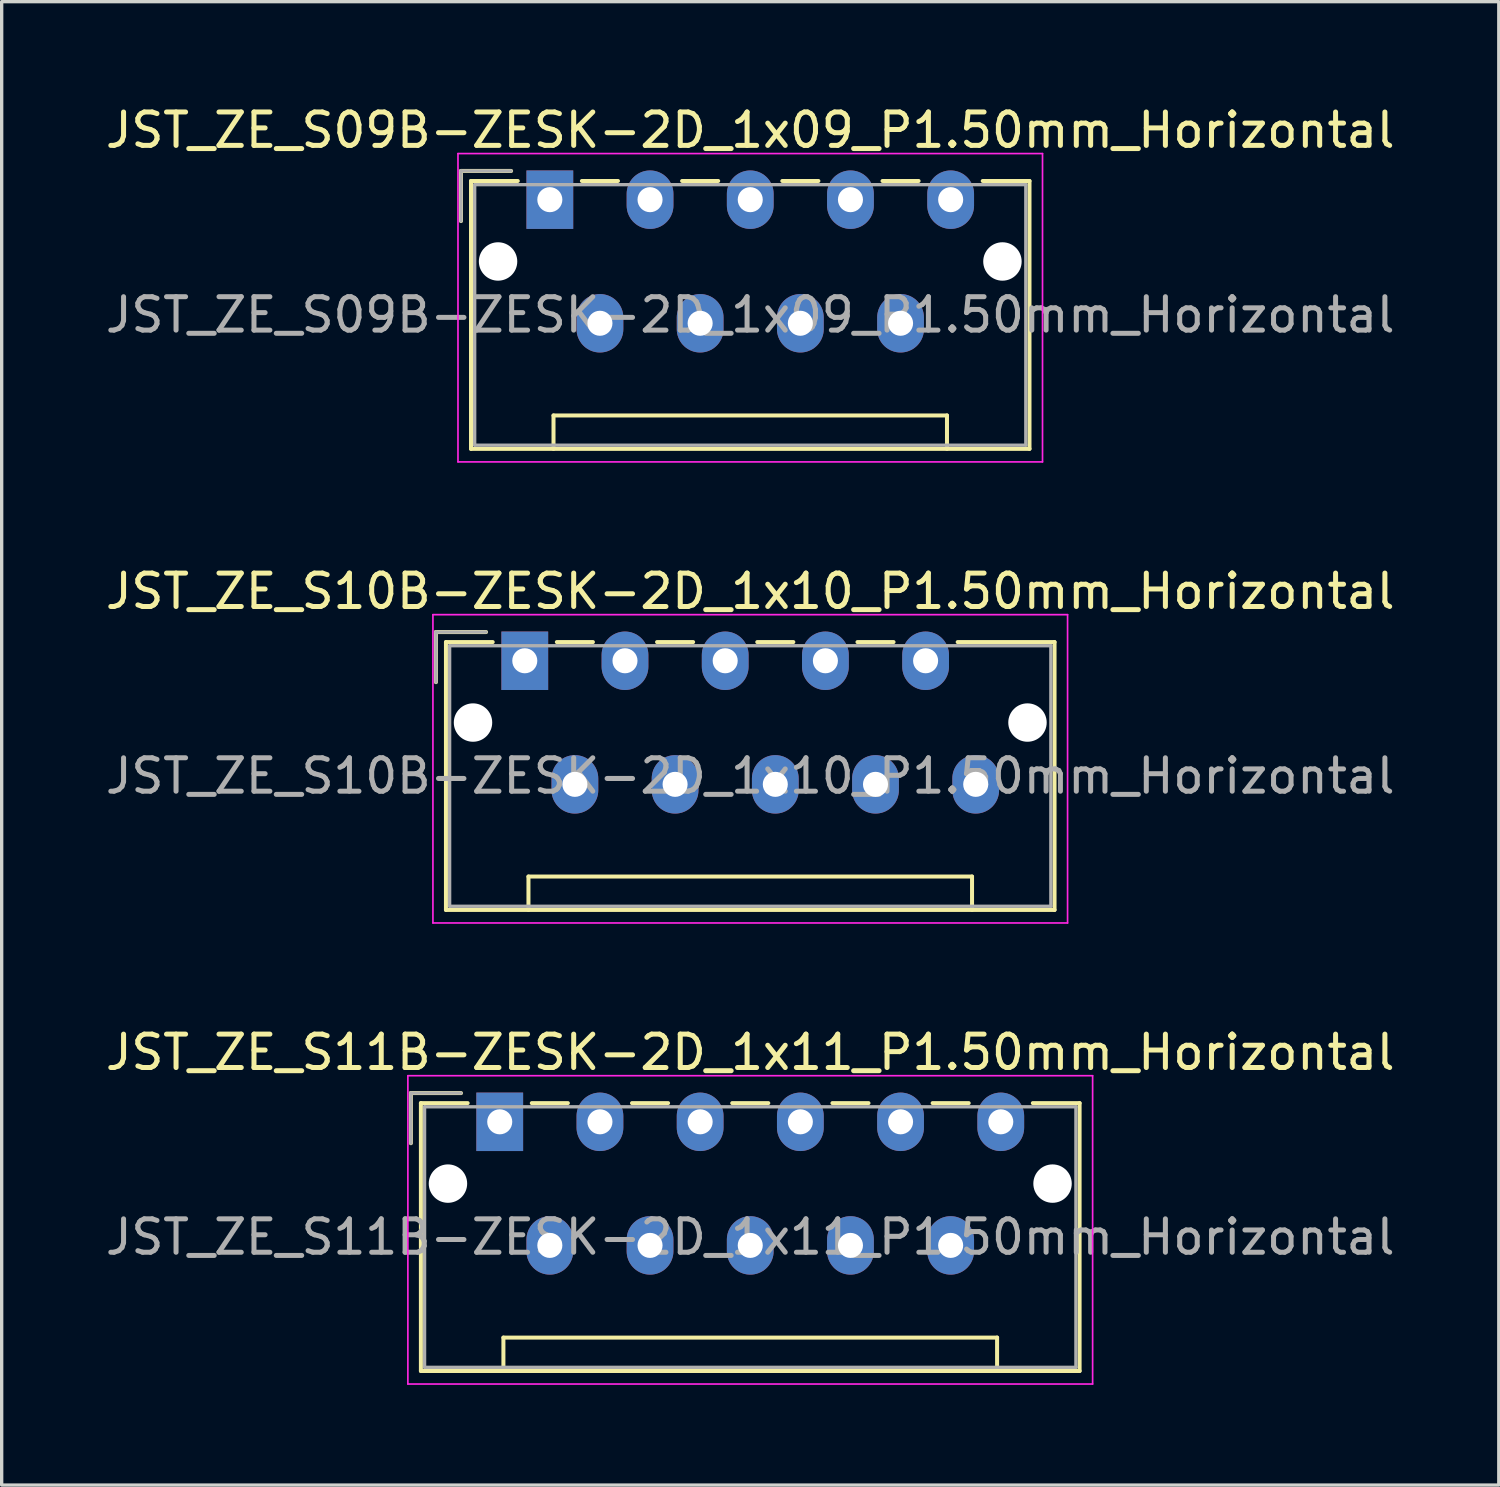
<source format=kicad_pcb>
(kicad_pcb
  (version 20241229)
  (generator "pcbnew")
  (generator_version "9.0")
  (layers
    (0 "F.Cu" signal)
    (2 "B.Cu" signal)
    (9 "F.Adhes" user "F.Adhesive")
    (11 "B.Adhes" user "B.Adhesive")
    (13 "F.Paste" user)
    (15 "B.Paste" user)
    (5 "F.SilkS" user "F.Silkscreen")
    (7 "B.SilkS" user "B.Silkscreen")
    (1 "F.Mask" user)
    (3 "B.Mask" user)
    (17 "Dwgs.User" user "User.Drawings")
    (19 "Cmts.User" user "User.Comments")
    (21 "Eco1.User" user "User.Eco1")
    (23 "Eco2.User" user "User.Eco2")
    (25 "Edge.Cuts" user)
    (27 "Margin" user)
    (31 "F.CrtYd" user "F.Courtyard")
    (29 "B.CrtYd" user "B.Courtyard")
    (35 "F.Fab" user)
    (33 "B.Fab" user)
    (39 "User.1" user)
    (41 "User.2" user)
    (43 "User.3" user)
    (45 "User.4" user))
  (footprint "JST_ZE_S11B-ZESK-2D_1x11_P1.50mm_Horizontal"
    (layer "F.Cu")
    (at 11.911 30.535)
    (property "Reference" "JST_ZE_S11B-ZESK-2D_1x11_P1.50mm_Horizontal" (at 7.5 -2.08 0) (layer "F.SilkS") (effects (font (size 1 1) (thickness 0.15))))
    (attr through_hole)
    (fp_line (start -2.66 -0.86) (end -1.16 -0.86) (stroke (width 0.12) (type solid)) (layer "F.SilkS"))
    (fp_line (start -2.66 0.64) (end -2.66 -0.86) (stroke (width 0.12) (type solid)) (layer "F.SilkS"))
    (fp_line (start -2.36 -0.56) (end -2.36 7.46) (stroke (width 0.12) (type solid)) (layer "F.SilkS"))
    (fp_line (start -2.36 7.46) (end 17.36 7.46) (stroke (width 0.12) (type solid)) (layer "F.SilkS"))
    (fp_line (start -0.96 -0.56) (end -2.36 -0.56) (stroke (width 0.12) (type solid)) (layer "F.SilkS"))
    (fp_line (start 0.11 6.46) (end 14.89 6.46) (stroke (width 0.12) (type solid)) (layer "F.SilkS"))
    (fp_line (start 0.11 7.46) (end 0.11 6.46) (stroke (width 0.12) (type solid)) (layer "F.SilkS"))
    (fp_line (start 0.96 -0.56) (end 2.04 -0.56) (stroke (width 0.12) (type solid)) (layer "F.SilkS"))
    (fp_line (start 3.96 -0.56) (end 5.04 -0.56) (stroke (width 0.12) (type solid)) (layer "F.SilkS"))
    (fp_line (start 6.96 -0.56) (end 8.04 -0.56) (stroke (width 0.12) (type solid)) (layer "F.SilkS"))
    (fp_line (start 9.96 -0.56) (end 11.04 -0.56) (stroke (width 0.12) (type solid)) (layer "F.SilkS"))
    (fp_line (start 12.96 -0.56) (end 14.04 -0.56) (stroke (width 0.12) (type solid)) (layer "F.SilkS"))
    (fp_line (start 14.89 6.46) (end 14.89 7.46) (stroke (width 0.12) (type solid)) (layer "F.SilkS"))
    (fp_line (start 17.36 -0.56) (end 15.96 -0.56) (stroke (width 0.12) (type solid)) (layer "F.SilkS"))
    (fp_line (start 17.36 7.46) (end 17.36 -0.56) (stroke (width 0.12) (type solid)) (layer "F.SilkS"))
    (fp_line (start -2.75 -1.38) (end -2.75 7.85) (stroke (width 0.05) (type solid)) (layer "F.CrtYd"))
    (fp_line (start -2.75 7.85) (end 17.75 7.85) (stroke (width 0.05) (type solid)) (layer "F.CrtYd"))
    (fp_line (start 17.75 -1.38) (end -2.75 -1.38) (stroke (width 0.05) (type solid)) (layer "F.CrtYd"))
    (fp_line (start 17.75 7.85) (end 17.75 -1.38) (stroke (width 0.05) (type solid)) (layer "F.CrtYd"))
    (fp_line (start -2.66 -0.86) (end -1.16 -0.86) (stroke (width 0.1) (type solid)) (layer "F.Fab"))
    (fp_line (start -2.66 0.64) (end -2.66 -0.86) (stroke (width 0.1) (type solid)) (layer "F.Fab"))
    (fp_line (start -2.25 -0.45) (end -2.25 7.35) (stroke (width 0.1) (type solid)) (layer "F.Fab"))
    (fp_line (start -2.25 7.35) (end 17.25 7.35) (stroke (width 0.1) (type solid)) (layer "F.Fab"))
    (fp_line (start 17.25 -0.45) (end -2.25 -0.45) (stroke (width 0.1) (type solid)) (layer "F.Fab"))
    (fp_line (start 17.25 7.35) (end 17.25 -0.45) (stroke (width 0.1) (type solid)) (layer "F.Fab"))
    (fp_text user "${REFERENCE}" (at 7.5 3.45 0) (layer "F.Fab") (effects (font (size 1 1) (thickness 0.15))))
    (pad "" np_thru_hole circle (at -1.55 1.85) (size 1.15 1.15) (drill 1.15) (layers "*.Cu" "*.Mask"))
    (pad "" np_thru_hole circle (at 16.55 1.85) (size 1.15 1.15) (drill 1.15) (layers "*.Cu" "*.Mask"))
    (pad "1" thru_hole rect (at 0 0) (size 1.4 1.75) (drill 0.75) (layers "*.Cu" "*.Mask"))
    (pad "2" thru_hole oval (at 1.5 3.7) (size 1.4 1.75) (drill 0.75) (layers "*.Cu" "*.Mask"))
    (pad "3" thru_hole oval (at 3 0) (size 1.4 1.75) (drill 0.75) (layers "*.Cu" "*.Mask"))
    (pad "4" thru_hole oval (at 4.5 3.7) (size 1.4 1.75) (drill 0.75) (layers "*.Cu" "*.Mask"))
    (pad "5" thru_hole oval (at 6 0) (size 1.4 1.75) (drill 0.75) (layers "*.Cu" "*.Mask"))
    (pad "6" thru_hole oval (at 7.5 3.7) (size 1.4 1.75) (drill 0.75) (layers "*.Cu" "*.Mask"))
    (pad "7" thru_hole oval (at 9 0) (size 1.4 1.75) (drill 0.75) (layers "*.Cu" "*.Mask"))
    (pad "8" thru_hole oval (at 10.5 3.7) (size 1.4 1.75) (drill 0.75) (layers "*.Cu" "*.Mask"))
    (pad "9" thru_hole oval (at 12 0) (size 1.4 1.75) (drill 0.75) (layers "*.Cu" "*.Mask"))
    (pad "10" thru_hole oval (at 13.5 3.7) (size 1.4 1.75) (drill 0.75) (layers "*.Cu" "*.Mask"))
    (pad "11" thru_hole oval (at 15 0) (size 1.4 1.75) (drill 0.75) (layers "*.Cu" "*.Mask")))
  (footprint "JST_ZE_S09B-ZESK-2D_1x09_P1.50mm_Horizontal"
    (layer "F.Cu")
    (at 13.411 2.928)
    (property "Reference" "JST_ZE_S09B-ZESK-2D_1x09_P1.50mm_Horizontal" (at 6 -2.08 0) (layer "F.SilkS") (effects (font (size 1 1) (thickness 0.15))))
    (attr through_hole)
    (fp_line (start -2.66 -0.86) (end -1.16 -0.86) (stroke (width 0.12) (type solid)) (layer "F.SilkS"))
    (fp_line (start -2.66 0.64) (end -2.66 -0.86) (stroke (width 0.12) (type solid)) (layer "F.SilkS"))
    (fp_line (start -2.36 -0.56) (end -2.36 7.46) (stroke (width 0.12) (type solid)) (layer "F.SilkS"))
    (fp_line (start -2.36 7.46) (end 14.36 7.46) (stroke (width 0.12) (type solid)) (layer "F.SilkS"))
    (fp_line (start -0.96 -0.56) (end -2.36 -0.56) (stroke (width 0.12) (type solid)) (layer "F.SilkS"))
    (fp_line (start 0.11 6.46) (end 11.89 6.46) (stroke (width 0.12) (type solid)) (layer "F.SilkS"))
    (fp_line (start 0.11 7.46) (end 0.11 6.46) (stroke (width 0.12) (type solid)) (layer "F.SilkS"))
    (fp_line (start 0.96 -0.56) (end 2.04 -0.56) (stroke (width 0.12) (type solid)) (layer "F.SilkS"))
    (fp_line (start 3.96 -0.56) (end 5.04 -0.56) (stroke (width 0.12) (type solid)) (layer "F.SilkS"))
    (fp_line (start 6.96 -0.56) (end 8.04 -0.56) (stroke (width 0.12) (type solid)) (layer "F.SilkS"))
    (fp_line (start 9.96 -0.56) (end 11.04 -0.56) (stroke (width 0.12) (type solid)) (layer "F.SilkS"))
    (fp_line (start 11.89 6.46) (end 11.89 7.46) (stroke (width 0.12) (type solid)) (layer "F.SilkS"))
    (fp_line (start 14.36 -0.56) (end 12.96 -0.56) (stroke (width 0.12) (type solid)) (layer "F.SilkS"))
    (fp_line (start 14.36 7.46) (end 14.36 -0.56) (stroke (width 0.12) (type solid)) (layer "F.SilkS"))
    (fp_line (start -2.75 -1.38) (end -2.75 7.85) (stroke (width 0.05) (type solid)) (layer "F.CrtYd"))
    (fp_line (start -2.75 7.85) (end 14.75 7.85) (stroke (width 0.05) (type solid)) (layer "F.CrtYd"))
    (fp_line (start 14.75 -1.38) (end -2.75 -1.38) (stroke (width 0.05) (type solid)) (layer "F.CrtYd"))
    (fp_line (start 14.75 7.85) (end 14.75 -1.38) (stroke (width 0.05) (type solid)) (layer "F.CrtYd"))
    (fp_line (start -2.66 -0.86) (end -1.16 -0.86) (stroke (width 0.1) (type solid)) (layer "F.Fab"))
    (fp_line (start -2.66 0.64) (end -2.66 -0.86) (stroke (width 0.1) (type solid)) (layer "F.Fab"))
    (fp_line (start -2.25 -0.45) (end -2.25 7.35) (stroke (width 0.1) (type solid)) (layer "F.Fab"))
    (fp_line (start -2.25 7.35) (end 14.25 7.35) (stroke (width 0.1) (type solid)) (layer "F.Fab"))
    (fp_line (start 14.25 -0.45) (end -2.25 -0.45) (stroke (width 0.1) (type solid)) (layer "F.Fab"))
    (fp_line (start 14.25 7.35) (end 14.25 -0.45) (stroke (width 0.1) (type solid)) (layer "F.Fab"))
    (fp_text user "${REFERENCE}" (at 6 3.45 0) (layer "F.Fab") (effects (font (size 1 1) (thickness 0.15))))
    (pad "" np_thru_hole circle (at -1.55 1.85) (size 1.15 1.15) (drill 1.15) (layers "*.Cu" "*.Mask"))
    (pad "" np_thru_hole circle (at 13.55 1.85) (size 1.15 1.15) (drill 1.15) (layers "*.Cu" "*.Mask"))
    (pad "1" thru_hole rect (at 0 0) (size 1.4 1.75) (drill 0.75) (layers "*.Cu" "*.Mask"))
    (pad "2" thru_hole oval (at 1.5 3.7) (size 1.4 1.75) (drill 0.75) (layers "*.Cu" "*.Mask"))
    (pad "3" thru_hole oval (at 3 0) (size 1.4 1.75) (drill 0.75) (layers "*.Cu" "*.Mask"))
    (pad "4" thru_hole oval (at 4.5 3.7) (size 1.4 1.75) (drill 0.75) (layers "*.Cu" "*.Mask"))
    (pad "5" thru_hole oval (at 6 0) (size 1.4 1.75) (drill 0.75) (layers "*.Cu" "*.Mask"))
    (pad "6" thru_hole oval (at 7.5 3.7) (size 1.4 1.75) (drill 0.75) (layers "*.Cu" "*.Mask"))
    (pad "7" thru_hole oval (at 9 0) (size 1.4 1.75) (drill 0.75) (layers "*.Cu" "*.Mask"))
    (pad "8" thru_hole oval (at 10.5 3.7) (size 1.4 1.75) (drill 0.75) (layers "*.Cu" "*.Mask"))
    (pad "9" thru_hole oval (at 12 0) (size 1.4 1.75) (drill 0.75) (layers "*.Cu" "*.Mask")))
  (footprint "JST_ZE_S10B-ZESK-2D_1x10_P1.50mm_Horizontal"
    (layer "F.Cu")
    (at 12.661 16.732)
    (property "Reference" "JST_ZE_S10B-ZESK-2D_1x10_P1.50mm_Horizontal" (at 6.75 -2.08 0) (layer "F.SilkS") (effects (font (size 1 1) (thickness 0.15))))
    (attr through_hole)
    (fp_line (start -2.66 -0.86) (end -1.16 -0.86) (stroke (width 0.12) (type solid)) (layer "F.SilkS"))
    (fp_line (start -2.66 0.64) (end -2.66 -0.86) (stroke (width 0.12) (type solid)) (layer "F.SilkS"))
    (fp_line (start -2.36 -0.56) (end -2.36 7.46) (stroke (width 0.12) (type solid)) (layer "F.SilkS"))
    (fp_line (start -2.36 7.46) (end 15.86 7.46) (stroke (width 0.12) (type solid)) (layer "F.SilkS"))
    (fp_line (start -0.96 -0.56) (end -2.36 -0.56) (stroke (width 0.12) (type solid)) (layer "F.SilkS"))
    (fp_line (start 0.11 6.46) (end 13.39 6.46) (stroke (width 0.12) (type solid)) (layer "F.SilkS"))
    (fp_line (start 0.11 7.46) (end 0.11 6.46) (stroke (width 0.12) (type solid)) (layer "F.SilkS"))
    (fp_line (start 0.96 -0.56) (end 2.04 -0.56) (stroke (width 0.12) (type solid)) (layer "F.SilkS"))
    (fp_line (start 3.96 -0.56) (end 5.04 -0.56) (stroke (width 0.12) (type solid)) (layer "F.SilkS"))
    (fp_line (start 6.96 -0.56) (end 8.04 -0.56) (stroke (width 0.12) (type solid)) (layer "F.SilkS"))
    (fp_line (start 9.96 -0.56) (end 11.04 -0.56) (stroke (width 0.12) (type solid)) (layer "F.SilkS"))
    (fp_line (start 13.39 6.46) (end 13.39 7.46) (stroke (width 0.12) (type solid)) (layer "F.SilkS"))
    (fp_line (start 15.86 -0.56) (end 12.96 -0.56) (stroke (width 0.12) (type solid)) (layer "F.SilkS"))
    (fp_line (start 15.86 7.46) (end 15.86 -0.56) (stroke (width 0.12) (type solid)) (layer "F.SilkS"))
    (fp_line (start -2.75 -1.38) (end -2.75 7.85) (stroke (width 0.05) (type solid)) (layer "F.CrtYd"))
    (fp_line (start -2.75 7.85) (end 16.25 7.85) (stroke (width 0.05) (type solid)) (layer "F.CrtYd"))
    (fp_line (start 16.25 -1.38) (end -2.75 -1.38) (stroke (width 0.05) (type solid)) (layer "F.CrtYd"))
    (fp_line (start 16.25 7.85) (end 16.25 -1.38) (stroke (width 0.05) (type solid)) (layer "F.CrtYd"))
    (fp_line (start -2.66 -0.86) (end -1.16 -0.86) (stroke (width 0.1) (type solid)) (layer "F.Fab"))
    (fp_line (start -2.66 0.64) (end -2.66 -0.86) (stroke (width 0.1) (type solid)) (layer "F.Fab"))
    (fp_line (start -2.25 -0.45) (end -2.25 7.35) (stroke (width 0.1) (type solid)) (layer "F.Fab"))
    (fp_line (start -2.25 7.35) (end 15.75 7.35) (stroke (width 0.1) (type solid)) (layer "F.Fab"))
    (fp_line (start 15.75 -0.45) (end -2.25 -0.45) (stroke (width 0.1) (type solid)) (layer "F.Fab"))
    (fp_line (start 15.75 7.35) (end 15.75 -0.45) (stroke (width 0.1) (type solid)) (layer "F.Fab"))
    (fp_text user "${REFERENCE}" (at 6.75 3.45 0) (layer "F.Fab") (effects (font (size 1 1) (thickness 0.15))))
    (pad "" np_thru_hole circle (at -1.55 1.85) (size 1.15 1.15) (drill 1.15) (layers "*.Cu" "*.Mask"))
    (pad "" np_thru_hole circle (at 15.05 1.85) (size 1.15 1.15) (drill 1.15) (layers "*.Cu" "*.Mask"))
    (pad "1" thru_hole rect (at 0 0) (size 1.4 1.75) (drill 0.75) (layers "*.Cu" "*.Mask"))
    (pad "2" thru_hole oval (at 1.5 3.7) (size 1.4 1.75) (drill 0.75) (layers "*.Cu" "*.Mask"))
    (pad "3" thru_hole oval (at 3 0) (size 1.4 1.75) (drill 0.75) (layers "*.Cu" "*.Mask"))
    (pad "4" thru_hole oval (at 4.5 3.7) (size 1.4 1.75) (drill 0.75) (layers "*.Cu" "*.Mask"))
    (pad "5" thru_hole oval (at 6 0) (size 1.4 1.75) (drill 0.75) (layers "*.Cu" "*.Mask"))
    (pad "6" thru_hole oval (at 7.5 3.7) (size 1.4 1.75) (drill 0.75) (layers "*.Cu" "*.Mask"))
    (pad "7" thru_hole oval (at 9 0) (size 1.4 1.75) (drill 0.75) (layers "*.Cu" "*.Mask"))
    (pad "8" thru_hole oval (at 10.5 3.7) (size 1.4 1.75) (drill 0.75) (layers "*.Cu" "*.Mask"))
    (pad "9" thru_hole oval (at 12 0) (size 1.4 1.75) (drill 0.75) (layers "*.Cu" "*.Mask"))
    (pad "10" thru_hole oval (at 13.5 3.7) (size 1.4 1.75) (drill 0.75) (layers "*.Cu" "*.Mask")))
  (gr_rect
    (start -3 -3)
    (end 41.821 41.41)
    (stroke (width 0.1) (type default))
    (fill no)
    (layer "Edge.Cuts")))
</source>
